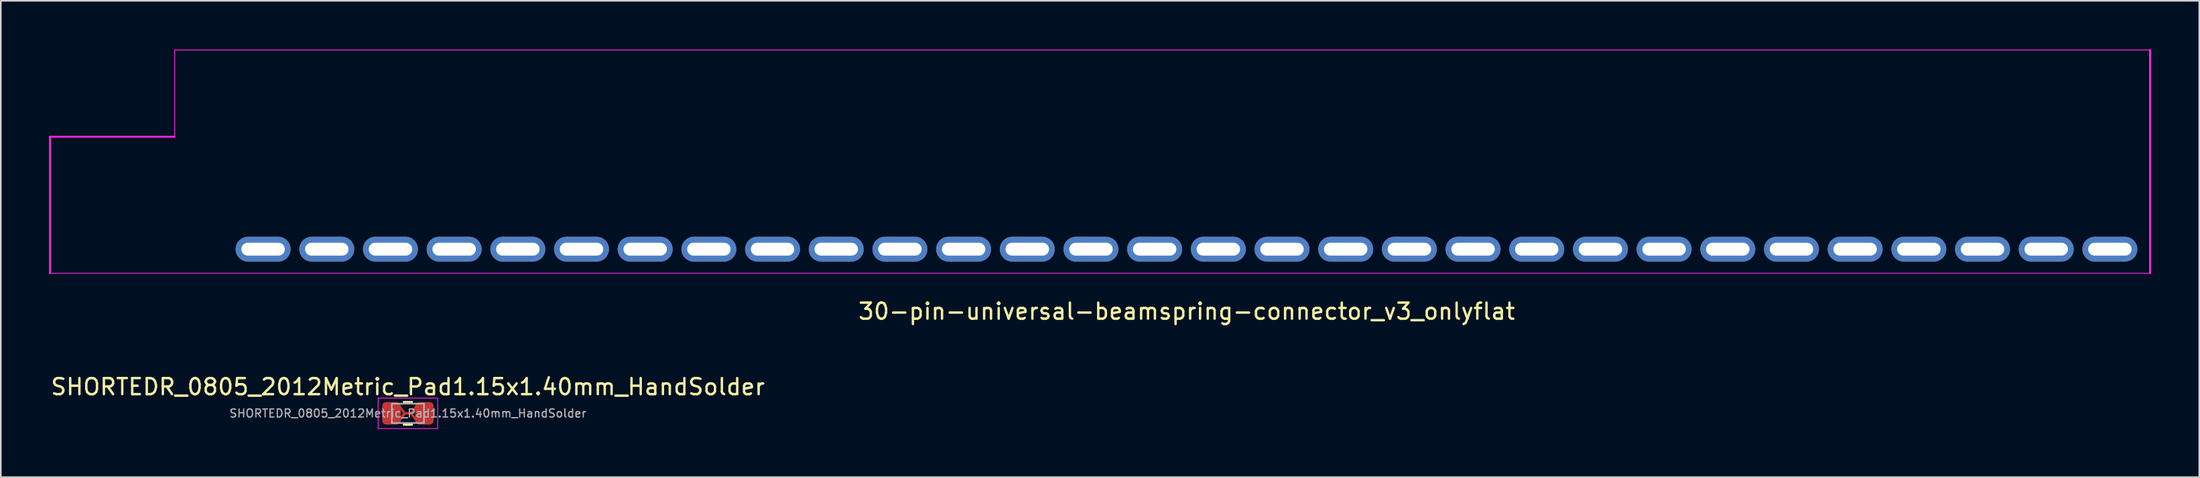
<source format=kicad_pcb>
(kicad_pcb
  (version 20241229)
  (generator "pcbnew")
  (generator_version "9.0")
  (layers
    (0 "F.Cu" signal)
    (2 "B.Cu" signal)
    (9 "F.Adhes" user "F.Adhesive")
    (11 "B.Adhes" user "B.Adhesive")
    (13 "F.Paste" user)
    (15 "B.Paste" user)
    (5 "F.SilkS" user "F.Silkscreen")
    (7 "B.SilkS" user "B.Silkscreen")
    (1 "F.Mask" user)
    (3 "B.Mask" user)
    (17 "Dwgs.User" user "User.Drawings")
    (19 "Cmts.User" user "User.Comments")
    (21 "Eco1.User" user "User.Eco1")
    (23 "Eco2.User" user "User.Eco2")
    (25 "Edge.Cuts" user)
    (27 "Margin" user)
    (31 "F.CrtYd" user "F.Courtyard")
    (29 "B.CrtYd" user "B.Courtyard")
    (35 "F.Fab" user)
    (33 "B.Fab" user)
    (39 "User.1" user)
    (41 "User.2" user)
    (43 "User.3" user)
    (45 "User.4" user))
  (footprint "30-pin-universal-beamspring-connector_v3_onlyflat"
    (layer "F.Cu")
    (at 70.73 12.46)
    (property "Reference" "30-pin-universal-beamspring-connector_v3_onlyflat" (at 0.013 3.87 0) (unlocked yes) (layer "F.SilkS") (effects (font (size 1 1) (thickness 0.15))))
    (attr through_hole)
    (fp_line (start -70.67 -7) (end -70.67 1.5) (stroke (width 0.12) (type solid)) (layer "F.CrtYd"))
    (fp_line (start -70.67 1.5) (end 59.92 1.5) (stroke (width 0.05) (type solid)) (layer "F.CrtYd"))
    (fp_line (start -62.92 -12.4) (end -62.92 -7) (stroke (width 0.05) (type solid)) (layer "F.CrtYd"))
    (fp_line (start -62.92 -7) (end -70.67 -7) (stroke (width 0.12) (type solid)) (layer "F.CrtYd"))
    (fp_line (start 59.92 -12.4) (end -62.92 -12.4) (stroke (width 0.05) (type solid)) (layer "F.CrtYd"))
    (fp_line (start 59.92 -12.4) (end 59.92 1.5) (stroke (width 0.12) (type solid)) (layer "F.CrtYd"))
    (pad "1" thru_hole oval (at -57.42 0) (size 3.42 1.55) (drill oval 2.7 0.8) (layers "*.Cu" "*.Mask"))
    (pad "2" thru_hole oval (at -53.46 0) (size 3.42 1.55) (drill oval 2.7 0.8) (layers "*.Cu" "*.Mask"))
    (pad "3" thru_hole oval (at -49.5 0) (size 3.42 1.55) (drill oval 2.7 0.8) (layers "*.Cu" "*.Mask"))
    (pad "4" thru_hole oval (at -45.54 0) (size 3.42 1.55) (drill oval 2.7 0.8) (layers "*.Cu" "*.Mask"))
    (pad "5" thru_hole oval (at -41.58 0) (size 3.42 1.55) (drill oval 2.7 0.8) (layers "*.Cu" "*.Mask"))
    (pad "6" thru_hole oval (at -37.62 0) (size 3.42 1.55) (drill oval 2.7 0.8) (layers "*.Cu" "*.Mask"))
    (pad "7" thru_hole oval (at -33.66 0) (size 3.42 1.55) (drill oval 2.7 0.8) (layers "*.Cu" "*.Mask"))
    (pad "8" thru_hole oval (at -29.7 0) (size 3.42 1.55) (drill oval 2.7 0.8) (layers "*.Cu" "*.Mask"))
    (pad "9" thru_hole oval (at -25.74 0) (size 3.42 1.55) (drill oval 2.7 0.8) (layers "*.Cu" "*.Mask"))
    (pad "10" thru_hole oval (at -21.78 0) (size 3.42 1.55) (drill oval 2.7 0.8) (layers "*.Cu" "*.Mask"))
    (pad "11" thru_hole oval (at -17.82 0) (size 3.42 1.55) (drill oval 2.7 0.8) (layers "*.Cu" "*.Mask"))
    (pad "12" thru_hole oval (at -13.86 0) (size 3.42 1.55) (drill oval 2.7 0.8) (layers "*.Cu" "*.Mask"))
    (pad "13" thru_hole oval (at -9.9 0) (size 3.42 1.55) (drill oval 2.7 0.8) (layers "*.Cu" "*.Mask"))
    (pad "14" thru_hole oval (at -5.94 0) (size 3.42 1.55) (drill oval 2.7 0.8) (layers "*.Cu" "*.Mask"))
    (pad "15" thru_hole oval (at -1.98 0) (size 3.42 1.55) (drill oval 2.7 0.8) (layers "*.Cu" "*.Mask"))
    (pad "16" thru_hole oval (at 1.98 0) (size 3.42 1.55) (drill oval 2.7 0.8) (layers "*.Cu" "*.Mask"))
    (pad "17" thru_hole oval (at 5.94 0) (size 3.42 1.55) (drill oval 2.7 0.8) (layers "*.Cu" "*.Mask"))
    (pad "18" thru_hole oval (at 9.9 0) (size 3.42 1.55) (drill oval 2.7 0.8) (layers "*.Cu" "*.Mask"))
    (pad "19" thru_hole oval (at 13.86 0) (size 3.42 1.55) (drill oval 2.7 0.8) (layers "*.Cu" "*.Mask"))
    (pad "20" thru_hole oval (at 17.82 0) (size 3.42 1.55) (drill oval 2.7 0.8) (layers "*.Cu" "*.Mask"))
    (pad "21" thru_hole oval (at 21.78 0) (size 3.42 1.55) (drill oval 2.7 0.8) (layers "*.Cu" "*.Mask"))
    (pad "22" thru_hole oval (at 25.74 0) (size 3.42 1.55) (drill oval 2.7 0.8) (layers "*.Cu" "*.Mask"))
    (pad "23" thru_hole oval (at 29.7 0) (size 3.42 1.55) (drill oval 2.7 0.8) (layers "*.Cu" "*.Mask"))
    (pad "24" thru_hole oval (at 33.66 0) (size 3.42 1.55) (drill oval 2.7 0.8) (layers "*.Cu" "*.Mask"))
    (pad "25" thru_hole oval (at 37.62 0) (size 3.42 1.55) (drill oval 2.7 0.8) (layers "*.Cu" "*.Mask"))
    (pad "26" thru_hole oval (at 41.58 0) (size 3.42 1.55) (drill oval 2.7 0.8) (layers "*.Cu" "*.Mask"))
    (pad "27" thru_hole oval (at 45.54 0) (size 3.42 1.55) (drill oval 2.7 0.8) (layers "*.Cu" "*.Mask"))
    (pad "28" thru_hole oval (at 49.5 0) (size 3.42 1.55) (drill oval 2.7 0.8) (layers "*.Cu" "*.Mask"))
    (pad "29" thru_hole oval (at 53.46 0) (size 3.42 1.55) (drill oval 2.7 0.8) (layers "*.Cu" "*.Mask"))
    (pad "30" thru_hole oval (at 57.42 0) (size 3.42 1.55) (drill oval 2.7 0.8) (layers "*.Cu" "*.Mask")))
  (footprint "SHORTEDR_0805_2012Metric_Pad1.15x1.40mm_HandSolder"
    (layer "F.Cu")
    (at 22.315 22.677)
    (property "Reference" "SHORTEDR_0805_2012Metric_Pad1.15x1.40mm_HandSolder" (at 0 -1.65 0) (layer "F.SilkS") (effects (font (size 1 1) (thickness 0.15))))
    (attr smd)
    (fp_line (start -0.5 -0.4) (end -0.2 0) (stroke (width 0.15) (type solid)) (layer "F.Cu"))
    (fp_line (start -0.2 0) (end -0.5 0.4) (stroke (width 0.15) (type solid)) (layer "F.Cu"))
    (fp_line (start -0.2 0) (end 0.2 0) (stroke (width 0.15) (type solid)) (layer "F.Cu"))
    (fp_line (start 0.2 0) (end 0.5 -0.4) (stroke (width 0.15) (type solid)) (layer "F.Cu"))
    (fp_line (start 0.5 0.4) (end 0.2 0) (stroke (width 0.15) (type solid)) (layer "F.Cu"))
    (fp_line (start -0.261 -0.71) (end 0.261 -0.71) (stroke (width 0.12) (type solid)) (layer "F.SilkS"))
    (fp_line (start -0.261 0.71) (end 0.261 0.71) (stroke (width 0.12) (type solid)) (layer "F.SilkS"))
    (fp_line (start -1.85 -0.95) (end 1.85 -0.95) (stroke (width 0.05) (type solid)) (layer "F.CrtYd"))
    (fp_line (start -1.85 0.95) (end -1.85 -0.95) (stroke (width 0.05) (type solid)) (layer "F.CrtYd"))
    (fp_line (start 1.85 -0.95) (end 1.85 0.95) (stroke (width 0.05) (type solid)) (layer "F.CrtYd"))
    (fp_line (start 1.85 0.95) (end -1.85 0.95) (stroke (width 0.05) (type solid)) (layer "F.CrtYd"))
    (fp_line (start -1 -0.6) (end 1 -0.6) (stroke (width 0.1) (type solid)) (layer "F.Fab"))
    (fp_line (start -1 0.6) (end -1 -0.6) (stroke (width 0.1) (type solid)) (layer "F.Fab"))
    (fp_line (start 1 -0.6) (end 1 0.6) (stroke (width 0.1) (type solid)) (layer "F.Fab"))
    (fp_line (start 1 0.6) (end -1 0.6) (stroke (width 0.1) (type solid)) (layer "F.Fab"))
    (fp_text user "${REFERENCE}" (at 0 0 0) (layer "F.Fab") (effects (font (size 0.5 0.5) (thickness 0.08))))
    (pad "1" smd roundrect (at -1.025 0) (size 1.15 1.4) (layers "F.Cu" "F.Mask" "F.Paste") (roundrect_rratio 0.217))
    (pad "2" smd roundrect (at 1.025 0) (size 1.15 1.4) (layers "F.Cu" "F.Mask" "F.Paste") (roundrect_rratio 0.217)))
  (gr_rect
    (start -3 -3)
    (end 133.71 26.651)
    (stroke (width 0.1) (type default))
    (fill no)
    (layer "Edge.Cuts")))
</source>
